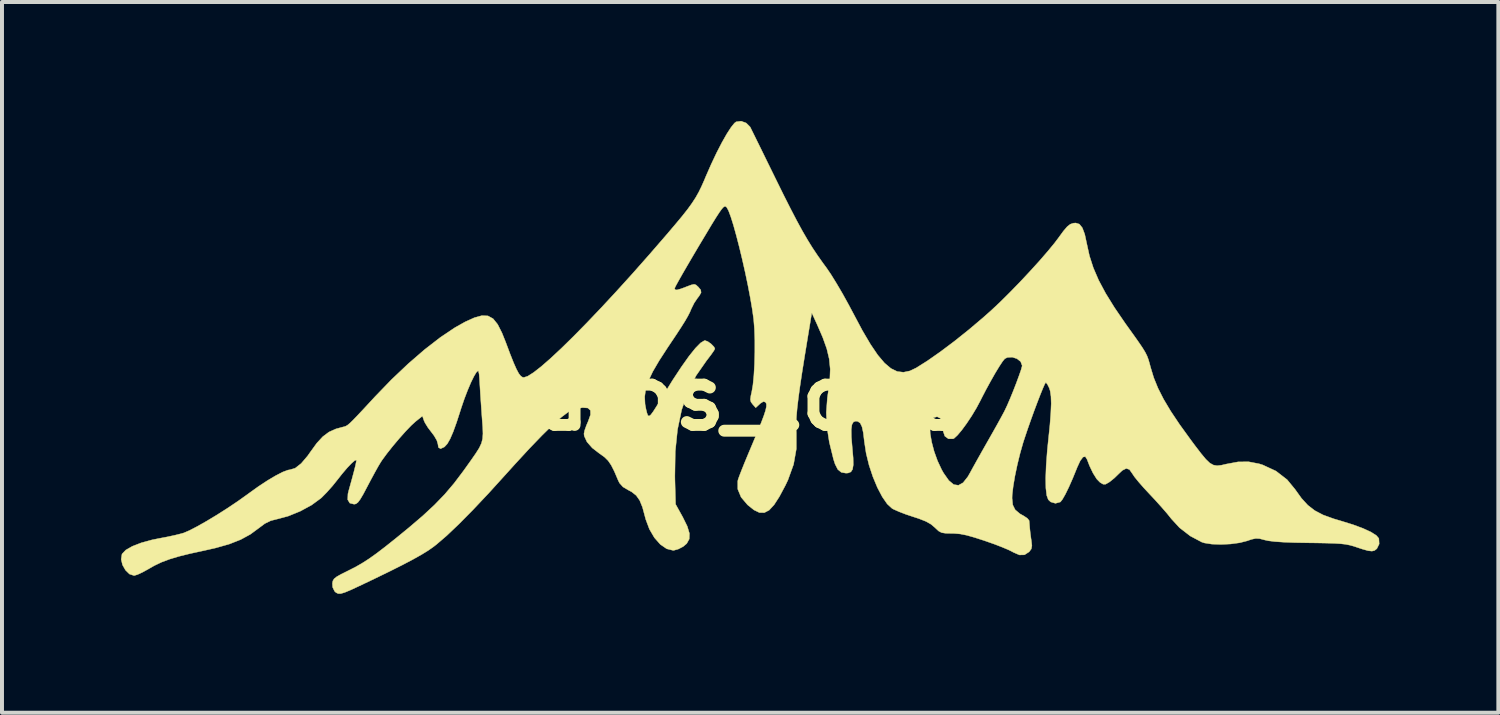
<source format=kicad_pcb>
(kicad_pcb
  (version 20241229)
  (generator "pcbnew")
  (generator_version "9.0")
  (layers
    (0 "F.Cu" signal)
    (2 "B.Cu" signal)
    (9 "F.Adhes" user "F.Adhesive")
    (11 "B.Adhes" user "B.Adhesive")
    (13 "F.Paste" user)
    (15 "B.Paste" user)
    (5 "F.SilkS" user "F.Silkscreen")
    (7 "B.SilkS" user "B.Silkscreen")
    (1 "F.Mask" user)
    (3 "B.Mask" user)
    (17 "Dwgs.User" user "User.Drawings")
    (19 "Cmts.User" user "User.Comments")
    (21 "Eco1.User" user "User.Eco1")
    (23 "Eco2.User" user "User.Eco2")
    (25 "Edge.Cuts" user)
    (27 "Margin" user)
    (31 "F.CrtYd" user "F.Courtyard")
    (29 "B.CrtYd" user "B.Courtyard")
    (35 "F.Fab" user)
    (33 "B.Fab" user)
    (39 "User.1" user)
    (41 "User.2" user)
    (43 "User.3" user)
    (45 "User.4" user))
  (footprint "alps_logo"
    (layer "F.Cu")
    (at 15.864 6.975)
    (property "Reference" "alps_logo" (at 0 0 0) (layer "F.SilkS") (effects (font (size 1.524 1.524) (thickness 0.3))))
    (attr through_hole)
    (fp_poly (pts (xy -0.098 -6.922) (xy -0.002 -6.826) (xy 0.004 -6.816) (xy 0.03 -6.763) (xy 0.089 -6.644) (xy 0.175 -6.469) (xy 0.285 -6.246) (xy 0.412 -5.986) (xy 0.553 -5.699) (xy 0.628 -5.546) (xy 0.836 -5.124) (xy 1.016 -4.768) (xy 1.173 -4.466) (xy 1.314 -4.207) (xy 1.445 -3.981) (xy 1.573 -3.774) (xy 1.705 -3.577) (xy 1.846 -3.378) (xy 1.918 -3.281) (xy 2.033 -3.113) (xy 2.173 -2.887) (xy 2.327 -2.625) (xy 2.483 -2.343) (xy 2.607 -2.11) (xy 2.831 -1.689) (xy 3.033 -1.346) (xy 3.217 -1.074) (xy 3.388 -0.872) (xy 3.55 -0.735) (xy 3.708 -0.658) (xy 3.866 -0.639) (xy 4.028 -0.673) (xy 4.187 -0.749) (xy 4.471 -0.928) (xy 4.798 -1.157) (xy 5.151 -1.422) (xy 5.514 -1.712) (xy 5.871 -2.014) (xy 6.075 -2.195) (xy 6.296 -2.402) (xy 6.541 -2.645) (xy 6.797 -2.908) (xy 7.051 -3.179) (xy 7.291 -3.443) (xy 7.503 -3.688) (xy 7.676 -3.898) (xy 7.774 -4.028) (xy 7.898 -4.198) (xy 7.993 -4.309) (xy 8.072 -4.372) (xy 8.15 -4.398) (xy 8.21 -4.403) (xy 8.301 -4.374) (xy 8.375 -4.282) (xy 8.436 -4.12) (xy 8.487 -3.883) (xy 8.555 -3.574) (xy 8.653 -3.271) (xy 8.787 -2.96) (xy 8.963 -2.63) (xy 9.187 -2.268) (xy 9.465 -1.862) (xy 9.511 -1.798) (xy 9.679 -1.564) (xy 9.805 -1.385) (xy 9.897 -1.249) (xy 9.962 -1.142) (xy 10.007 -1.052) (xy 10.04 -0.964) (xy 10.069 -0.866) (xy 10.097 -0.761) (xy 10.176 -0.501) (xy 10.283 -0.238) (xy 10.424 0.04) (xy 10.604 0.342) (xy 10.83 0.68) (xy 11.108 1.064) (xy 11.206 1.196) (xy 11.366 1.405) (xy 11.49 1.554) (xy 11.59 1.65) (xy 11.681 1.701) (xy 11.774 1.717) (xy 11.885 1.704) (xy 12 1.677) (xy 12.301 1.621) (xy 12.568 1.618) (xy 12.833 1.669) (xy 12.923 1.697) (xy 13.258 1.852) (xy 13.539 2.069) (xy 13.738 2.311) (xy 13.901 2.538) (xy 14.061 2.713) (xy 14.237 2.849) (xy 14.447 2.959) (xy 14.712 3.055) (xy 14.901 3.111) (xy 15.198 3.203) (xy 15.452 3.297) (xy 15.652 3.389) (xy 15.788 3.475) (xy 15.852 3.55) (xy 15.852 3.551) (xy 15.86 3.691) (xy 15.802 3.809) (xy 15.744 3.855) (xy 15.678 3.871) (xy 15.58 3.86) (xy 15.431 3.818) (xy 15.334 3.786) (xy 15.221 3.748) (xy 15.119 3.72) (xy 15.014 3.699) (xy 14.89 3.685) (xy 14.734 3.675) (xy 14.529 3.669) (xy 14.263 3.664) (xy 14.097 3.662) (xy 13.733 3.656) (xy 13.446 3.645) (xy 13.227 3.63) (xy 13.067 3.61) (xy 12.975 3.59) (xy 12.846 3.556) (xy 12.748 3.551) (xy 12.64 3.574) (xy 12.531 3.612) (xy 12.342 3.66) (xy 12.113 3.691) (xy 11.87 3.702) (xy 11.641 3.694) (xy 11.454 3.665) (xy 11.388 3.644) (xy 11.096 3.489) (xy 10.826 3.28) (xy 10.621 3.057) (xy 10.517 2.927) (xy 10.372 2.76) (xy 10.209 2.579) (xy 10.073 2.434) (xy 9.924 2.274) (xy 9.792 2.123) (xy 9.69 1.997) (xy 9.636 1.916) (xy 9.563 1.813) (xy 9.483 1.786) (xy 9.384 1.836) (xy 9.296 1.919) (xy 9.186 2.026) (xy 9.074 2.117) (xy 9.048 2.135) (xy 8.962 2.184) (xy 8.899 2.183) (xy 8.823 2.139) (xy 8.739 2.053) (xy 8.646 1.905) (xy 8.556 1.717) (xy 8.494 1.556) (xy 8.45 1.487) (xy 8.392 1.5) (xy 8.322 1.594) (xy 8.242 1.767) (xy 8.234 1.789) (xy 8.134 2.034) (xy 8.037 2.254) (xy 7.948 2.436) (xy 7.874 2.566) (xy 7.823 2.631) (xy 7.821 2.632) (xy 7.698 2.666) (xy 7.577 2.63) (xy 7.517 2.573) (xy 7.478 2.466) (xy 7.456 2.281) (xy 7.452 2.027) (xy 7.464 1.709) (xy 7.492 1.333) (xy 7.519 1.068) (xy 7.558 0.691) (xy 7.581 0.388) (xy 7.591 0.15) (xy 7.585 -0.031) (xy 7.565 -0.167) (xy 7.541 -0.243) (xy 7.495 -0.335) (xy 7.458 -0.38) (xy 7.454 -0.381) (xy 7.429 -0.343) (xy 7.383 -0.239) (xy 7.319 -0.082) (xy 7.243 0.114) (xy 7.16 0.335) (xy 7.076 0.567) (xy 6.995 0.798) (xy 6.923 1.012) (xy 6.884 1.131) (xy 6.807 1.402) (xy 6.736 1.691) (xy 6.676 1.977) (xy 6.632 2.238) (xy 6.607 2.451) (xy 6.604 2.536) (xy 6.621 2.705) (xy 6.682 2.828) (xy 6.803 2.93) (xy 6.898 2.983) (xy 6.987 3.042) (xy 7.033 3.097) (xy 7.034 3.102) (xy 7.041 3.18) (xy 7.049 3.281) (xy 7.062 3.403) (xy 7.082 3.556) (xy 7.09 3.604) (xy 7.104 3.733) (xy 7.089 3.815) (xy 7.038 3.884) (xy 7.032 3.89) (xy 6.918 3.964) (xy 6.789 3.967) (xy 6.63 3.898) (xy 6.613 3.887) (xy 6.516 3.839) (xy 6.36 3.773) (xy 6.164 3.697) (xy 5.948 3.621) (xy 5.914 3.609) (xy 5.657 3.526) (xy 5.458 3.47) (xy 5.296 3.438) (xy 5.15 3.425) (xy 5.084 3.424) (xy 4.929 3.421) (xy 4.829 3.405) (xy 4.753 3.365) (xy 4.673 3.291) (xy 4.66 3.278) (xy 4.561 3.194) (xy 4.434 3.122) (xy 4.257 3.052) (xy 4.119 3.007) (xy 3.929 2.944) (xy 3.755 2.877) (xy 3.622 2.818) (xy 3.58 2.796) (xy 3.457 2.683) (xy 3.331 2.501) (xy 3.208 2.267) (xy 3.095 1.996) (xy 2.998 1.704) (xy 2.925 1.406) (xy 2.881 1.119) (xy 2.88 1.112) (xy 2.853 0.886) (xy 2.82 0.734) (xy 2.814 0.723) (xy 4.532 0.723) (xy 4.54 0.907) (xy 4.577 1.123) (xy 4.639 1.357) (xy 4.724 1.594) (xy 4.829 1.818) (xy 4.878 1.904) (xy 5.009 2.09) (xy 5.133 2.193) (xy 5.252 2.211) (xy 5.369 2.146) (xy 5.488 1.996) (xy 5.549 1.889) (xy 5.622 1.755) (xy 5.725 1.57) (xy 5.845 1.356) (xy 5.97 1.136) (xy 5.997 1.089) (xy 6.118 0.876) (xy 6.233 0.671) (xy 6.331 0.493) (xy 6.401 0.363) (xy 6.414 0.338) (xy 6.479 0.201) (xy 6.555 0.025) (xy 6.635 -0.171) (xy 6.712 -0.369) (xy 6.779 -0.551) (xy 6.83 -0.697) (xy 6.856 -0.791) (xy 6.858 -0.808) (xy 6.821 -0.907) (xy 6.728 -0.981) (xy 6.608 -1.02) (xy 6.486 -1.013) (xy 6.419 -0.979) (xy 6.365 -0.913) (xy 6.282 -0.787) (xy 6.178 -0.616) (xy 6.064 -0.415) (xy 5.947 -0.201) (xy 5.836 0.013) (xy 5.811 0.064) (xy 5.707 0.259) (xy 5.586 0.461) (xy 5.458 0.653) (xy 5.334 0.822) (xy 5.225 0.951) (xy 5.142 1.027) (xy 5.12 1.038) (xy 5 1.039) (xy 4.909 0.973) (xy 4.868 0.853) (xy 4.868 0.835) (xy 4.849 0.643) (xy 4.798 0.524) (xy 4.714 0.481) (xy 4.611 0.51) (xy 4.554 0.585) (xy 4.532 0.723) (xy 2.814 0.723) (xy 2.775 0.642) (xy 2.714 0.6) (xy 2.663 0.593) (xy 2.604 0.614) (xy 2.566 0.682) (xy 2.549 0.806) (xy 2.552 0.996) (xy 2.574 1.259) (xy 2.576 1.279) (xy 2.597 1.523) (xy 2.6 1.696) (xy 2.582 1.809) (xy 2.54 1.873) (xy 2.471 1.901) (xy 2.415 1.905) (xy 2.298 1.884) (xy 2.21 1.812) (xy 2.141 1.676) (xy 2.102 1.556) (xy 1.996 1.124) (xy 1.936 0.739) (xy 1.92 0.375) (xy 1.947 0.009) (xy 1.969 -0.146) (xy 2.009 -0.451) (xy 2.019 -0.719) (xy 1.994 -0.973) (xy 1.932 -1.233) (xy 1.829 -1.521) (xy 1.69 -1.841) (xy 1.554 -2.138) (xy 1.456 -1.545) (xy 1.375 -1.05) (xy 1.308 -0.63) (xy 1.255 -0.277) (xy 1.215 0.018) (xy 1.186 0.263) (xy 1.168 0.467) (xy 1.159 0.637) (xy 1.159 0.782) (xy 1.164 0.889) (xy 1.164 1.295) (xy 1.095 1.684) (xy 0.953 2.077) (xy 0.889 2.212) (xy 0.737 2.497) (xy 0.603 2.704) (xy 0.479 2.838) (xy 0.358 2.901) (xy 0.233 2.899) (xy 0.096 2.833) (xy -0.059 2.709) (xy -0.066 2.703) (xy -0.229 2.51) (xy -0.312 2.309) (xy -0.313 2.105) (xy -0.303 2.063) (xy -0.274 1.981) (xy -0.218 1.836) (xy -0.141 1.644) (xy -0.048 1.42) (xy 0.042 1.206) (xy 0.174 0.891) (xy 0.274 0.644) (xy 0.345 0.457) (xy 0.39 0.319) (xy 0.41 0.224) (xy 0.41 0.16) (xy 0.391 0.121) (xy 0.387 0.116) (xy 0.334 0.099) (xy 0.258 0.146) (xy 0.241 0.162) (xy 0.141 0.255) (xy 0.064 0.169) (xy 0.02 0.11) (xy 0.006 0.045) (xy 0.02 -0.056) (xy 0.039 -0.138) (xy 0.07 -0.317) (xy 0.094 -0.559) (xy 0.11 -0.843) (xy 0.118 -1.147) (xy 0.118 -1.451) (xy 0.108 -1.732) (xy 0.089 -1.97) (xy 0.089 -1.972) (xy 0.054 -2.222) (xy 0.005 -2.51) (xy -0.055 -2.824) (xy -0.123 -3.15) (xy -0.197 -3.478) (xy -0.273 -3.794) (xy -0.349 -4.088) (xy -0.421 -4.347) (xy -0.488 -4.56) (xy -0.545 -4.713) (xy -0.59 -4.796) (xy -0.592 -4.798) (xy -0.615 -4.818) (xy -0.64 -4.822) (xy -0.673 -4.803) (xy -0.717 -4.754) (xy -0.779 -4.667) (xy -0.864 -4.536) (xy -0.977 -4.353) (xy -1.122 -4.11) (xy -1.286 -3.837) (xy -1.445 -3.568) (xy -1.589 -3.322) (xy -1.713 -3.108) (xy -1.81 -2.936) (xy -1.876 -2.816) (xy -1.904 -2.757) (xy -1.905 -2.754) (xy -1.892 -2.719) (xy -1.843 -2.715) (xy -1.745 -2.743) (xy -1.61 -2.794) (xy -1.486 -2.841) (xy -1.413 -2.857) (xy -1.365 -2.841) (xy -1.314 -2.795) (xy -1.312 -2.794) (xy -1.246 -2.715) (xy -1.237 -2.647) (xy -1.286 -2.562) (xy -1.326 -2.511) (xy -1.412 -2.384) (xy -1.481 -2.245) (xy -1.482 -2.244) (xy -1.52 -2.154) (xy -1.571 -2.054) (xy -1.64 -1.934) (xy -1.736 -1.781) (xy -1.864 -1.585) (xy -2.032 -1.334) (xy -2.083 -1.258) (xy -2.295 -0.931) (xy -2.455 -0.657) (xy -2.566 -0.421) (xy -2.633 -0.214) (xy -2.659 -0.022) (xy -2.65 0.165) (xy -2.625 0.296) (xy -2.601 0.391) (xy -2.578 0.45) (xy -2.549 0.466) (xy -2.506 0.435) (xy -2.442 0.349) (xy -2.35 0.204) (xy -2.222 -0.006) (xy -2.2 -0.042) (xy -1.954 -0.44) (xy -1.733 -0.775) (xy -1.542 -1.044) (xy -1.38 -1.246) (xy -1.251 -1.378) (xy -1.156 -1.436) (xy -1.136 -1.439) (xy -1.065 -1.412) (xy -0.979 -1.349) (xy -0.91 -1.277) (xy -0.889 -1.231) (xy -0.914 -1.184) (xy -0.98 -1.089) (xy -1.074 -0.965) (xy -1.102 -0.929) (xy -1.364 -0.553) (xy -1.571 -0.144) (xy -1.726 0.306) (xy -1.831 0.804) (xy -1.888 1.359) (xy -1.898 1.978) (xy -1.897 2.059) (xy -1.88 2.688) (xy -1.699 3.014) (xy -1.586 3.244) (xy -1.531 3.425) (xy -1.536 3.566) (xy -1.599 3.68) (xy -1.689 3.756) (xy -1.81 3.819) (xy -1.924 3.851) (xy -1.943 3.852) (xy -2.104 3.812) (xy -2.265 3.701) (xy -2.414 3.532) (xy -2.54 3.317) (xy -2.632 3.071) (xy -2.649 3.008) (xy -2.714 2.766) (xy -2.785 2.591) (xy -2.873 2.467) (xy -2.988 2.376) (xy -3.062 2.337) (xy -3.206 2.252) (xy -3.295 2.153) (xy -3.329 2.083) (xy -3.423 1.862) (xy -3.503 1.704) (xy -3.581 1.59) (xy -3.672 1.5) (xy -3.786 1.418) (xy -3.797 1.411) (xy -3.981 1.269) (xy -4.114 1.117) (xy -4.183 0.969) (xy -4.19 0.91) (xy -4.173 0.827) (xy -4.128 0.7) (xy -4.084 0.598) (xy -4.025 0.433) (xy -4.027 0.322) (xy -4.093 0.262) (xy -4.225 0.252) (xy -4.426 0.291) (xy -4.462 0.3) (xy -4.583 0.361) (xy -4.754 0.489) (xy -4.973 0.684) (xy -5.242 0.947) (xy -5.561 1.278) (xy -5.929 1.677) (xy -6.154 1.926) (xy -6.594 2.411) (xy -6.992 2.833) (xy -7.345 3.19) (xy -7.651 3.481) (xy -7.911 3.704) (xy -7.987 3.763) (xy -8.118 3.855) (xy -8.287 3.959) (xy -8.501 4.079) (xy -8.765 4.218) (xy -9.088 4.38) (xy -9.475 4.568) (xy -9.874 4.758) (xy -10.079 4.853) (xy -10.223 4.913) (xy -10.322 4.942) (xy -10.39 4.941) (xy -10.442 4.916) (xy -10.477 4.884) (xy -10.527 4.781) (xy -10.533 4.683) (xy -10.521 4.621) (xy -10.49 4.569) (xy -10.427 4.518) (xy -10.316 4.455) (xy -10.143 4.369) (xy -10.118 4.356) (xy -9.948 4.27) (xy -9.783 4.175) (xy -9.61 4.064) (xy -9.419 3.928) (xy -9.199 3.76) (xy -8.938 3.552) (xy -8.625 3.296) (xy -8.608 3.282) (xy -8.255 2.981) (xy -7.959 2.706) (xy -7.701 2.439) (xy -7.466 2.162) (xy -7.237 1.859) (xy -7.195 1.801) (xy -7.034 1.575) (xy -6.914 1.402) (xy -6.829 1.267) (xy -6.775 1.151) (xy -6.746 1.038) (xy -6.737 0.911) (xy -6.742 0.752) (xy -6.758 0.544) (xy -6.768 0.404) (xy -6.785 0.156) (xy -6.801 -0.08) (xy -6.813 -0.281) (xy -6.822 -0.429) (xy -6.824 -0.476) (xy -6.834 -0.594) (xy -6.85 -0.666) (xy -6.86 -0.677) (xy -6.903 -0.639) (xy -6.965 -0.535) (xy -7.041 -0.38) (xy -7.123 -0.186) (xy -7.206 0.03) (xy -7.283 0.255) (xy -7.297 0.3) (xy -7.4 0.619) (xy -7.488 0.863) (xy -7.566 1.043) (xy -7.636 1.165) (xy -7.704 1.239) (xy -7.713 1.246) (xy -7.806 1.289) (xy -7.859 1.257) (xy -7.874 1.166) (xy -7.9 1.079) (xy -7.968 0.962) (xy -8.028 0.882) (xy -8.123 0.757) (xy -8.197 0.638) (xy -8.223 0.582) (xy -8.263 0.465) (xy -8.434 0.601) (xy -8.544 0.701) (xy -8.687 0.85) (xy -8.848 1.031) (xy -9.011 1.224) (xy -9.16 1.412) (xy -9.279 1.574) (xy -9.314 1.627) (xy -9.377 1.732) (xy -9.465 1.89) (xy -9.566 2.077) (xy -9.652 2.24) (xy -9.755 2.435) (xy -9.832 2.565) (xy -9.89 2.642) (xy -9.94 2.679) (xy -9.986 2.688) (xy -10.095 2.66) (xy -10.147 2.573) (xy -10.141 2.426) (xy -10.12 2.341) (xy -10.048 2.082) (xy -9.99 1.866) (xy -9.949 1.702) (xy -9.929 1.601) (xy -9.928 1.574) (xy -9.969 1.586) (xy -10.05 1.656) (xy -10.159 1.77) (xy -10.285 1.918) (xy -10.396 2.059) (xy -10.528 2.224) (xy -10.673 2.387) (xy -10.801 2.517) (xy -10.823 2.537) (xy -11.059 2.71) (xy -11.345 2.865) (xy -11.647 2.988) (xy -11.896 3.055) (xy -12.085 3.103) (xy -12.236 3.176) (xy -12.386 3.288) (xy -12.602 3.447) (xy -12.846 3.58) (xy -13.133 3.693) (xy -13.479 3.791) (xy -13.766 3.856) (xy -14.12 3.933) (xy -14.407 4.004) (xy -14.642 4.075) (xy -14.842 4.15) (xy -15.022 4.236) (xy -15.169 4.32) (xy -15.315 4.401) (xy -15.444 4.461) (xy -15.529 4.487) (xy -15.536 4.487) (xy -15.65 4.449) (xy -15.75 4.351) (xy -15.825 4.219) (xy -15.859 4.077) (xy -15.839 3.95) (xy -15.834 3.939) (xy -15.742 3.843) (xy -15.578 3.749) (xy -15.354 3.662) (xy -15.081 3.587) (xy -14.904 3.551) (xy -14.698 3.512) (xy -14.503 3.47) (xy -14.347 3.431) (xy -14.281 3.412) (xy -14.136 3.35) (xy -13.938 3.247) (xy -13.702 3.113) (xy -13.443 2.957) (xy -13.176 2.787) (xy -12.917 2.613) (xy -12.68 2.444) (xy -12.632 2.409) (xy -12.398 2.241) (xy -12.17 2.091) (xy -11.961 1.967) (xy -11.784 1.876) (xy -11.653 1.827) (xy -11.608 1.82) (xy -11.472 1.78) (xy -11.32 1.661) (xy -11.156 1.468) (xy -11.095 1.381) (xy -10.928 1.15) (xy -10.775 0.984) (xy -10.62 0.868) (xy -10.444 0.789) (xy -10.271 0.742) (xy -10.229 0.732) (xy -10.19 0.717) (xy -10.147 0.691) (xy -10.091 0.644) (xy -10.014 0.569) (xy -9.908 0.459) (xy -9.764 0.306) (xy -9.576 0.103) (xy -9.463 -0.019) (xy -9.043 -0.454) (xy -8.621 -0.854) (xy -8.208 -1.211) (xy -7.813 -1.517) (xy -7.445 -1.764) (xy -7.187 -1.909) (xy -6.953 -2.015) (xy -6.764 -2.067) (xy -6.61 -2.06) (xy -6.481 -1.989) (xy -6.367 -1.848) (xy -6.258 -1.633) (xy -6.165 -1.401) (xy -6.054 -1.105) (xy -5.965 -0.881) (xy -5.893 -0.718) (xy -5.835 -0.609) (xy -5.784 -0.544) (xy -5.738 -0.513) (xy -5.704 -0.508) (xy -5.607 -0.54) (xy -5.459 -0.634) (xy -5.266 -0.785) (xy -5.031 -0.99) (xy -4.758 -1.245) (xy -4.451 -1.546) (xy -4.114 -1.889) (xy -3.75 -2.271) (xy -3.365 -2.686) (xy -2.961 -3.132) (xy -2.543 -3.605) (xy -2.367 -3.808) (xy -2.102 -4.114) (xy -1.887 -4.367) (xy -1.713 -4.576) (xy -1.574 -4.752) (xy -1.464 -4.905) (xy -1.373 -5.045) (xy -1.296 -5.182) (xy -1.226 -5.325) (xy -1.155 -5.485) (xy -1.117 -5.577) (xy -0.983 -5.882) (xy -0.847 -6.17) (xy -0.714 -6.428) (xy -0.59 -6.647) (xy -0.481 -6.815) (xy -0.394 -6.923) (xy -0.352 -6.954) (xy -0.226 -6.97) (xy -0.098 -6.922)) (stroke (width 0.01) (type solid)) (fill yes) (layer "F.SilkS")))
  (gr_rect
    (start -3 -3)
    (end 34.729 14.921)
    (stroke (width 0.1) (type default))
    (fill no)
    (layer "Edge.Cuts")))
</source>
